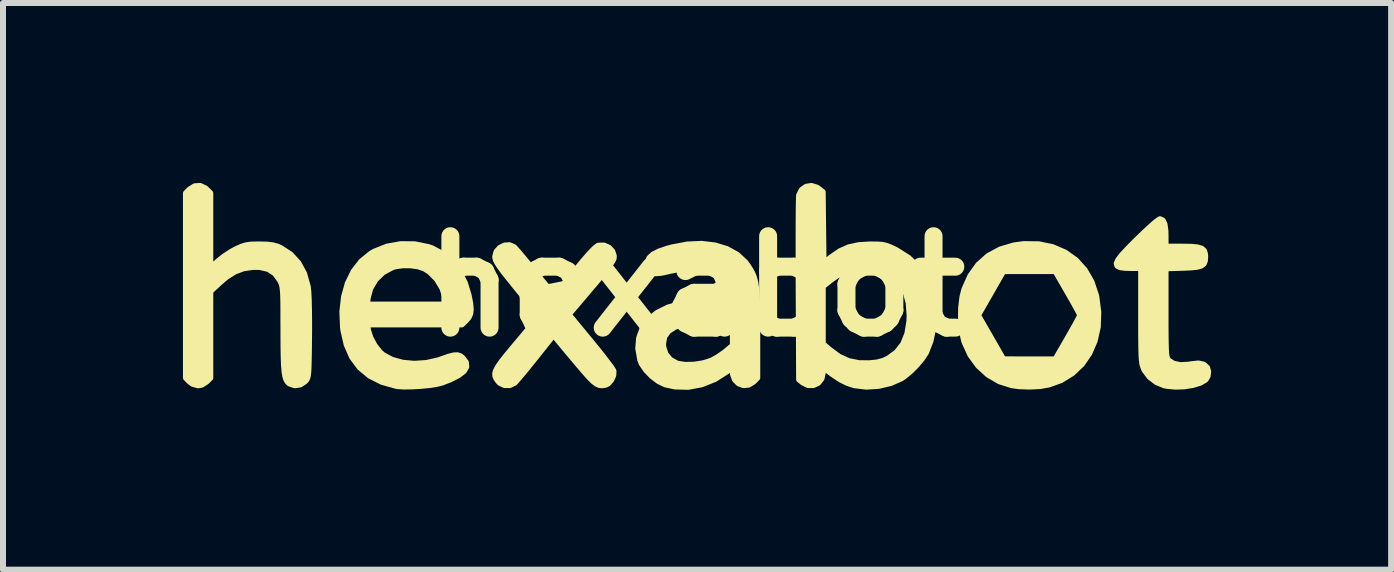
<source format=kicad_pcb>
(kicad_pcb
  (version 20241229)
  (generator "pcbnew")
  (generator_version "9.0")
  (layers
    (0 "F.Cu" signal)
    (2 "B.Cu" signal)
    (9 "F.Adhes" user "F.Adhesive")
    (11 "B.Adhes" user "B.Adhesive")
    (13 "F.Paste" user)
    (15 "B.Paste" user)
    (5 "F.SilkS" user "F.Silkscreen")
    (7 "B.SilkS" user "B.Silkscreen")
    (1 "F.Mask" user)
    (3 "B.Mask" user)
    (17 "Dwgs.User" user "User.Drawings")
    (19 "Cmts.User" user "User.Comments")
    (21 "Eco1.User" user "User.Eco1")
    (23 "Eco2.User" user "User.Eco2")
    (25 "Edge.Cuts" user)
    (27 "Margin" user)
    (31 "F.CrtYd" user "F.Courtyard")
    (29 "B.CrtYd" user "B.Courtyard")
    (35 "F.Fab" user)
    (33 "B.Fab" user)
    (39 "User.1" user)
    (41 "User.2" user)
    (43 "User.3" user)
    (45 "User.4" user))
  (footprint "hexabot"
    (layer "F.Cu")
    (at 8.559 1.723)
    (property "Reference" "hexabot" (at 0 0 0) (layer "F.SilkS") (effects (font (size 1.524 1.524) (thickness 0.3))))
    (attr through_hole)
    (fp_poly (pts (xy 6.702 0.433) (xy 6.693 0.679) (xy 6.642 0.908) (xy 6.553 1.115) (xy 6.428 1.297) (xy 6.401 1.322) (xy 6.401 0.483) (xy 6.389 0.455) (xy 6.355 0.391) (xy 6.305 0.3) (xy 6.241 0.187) (xy 6.194 0.105) (xy 5.987 -0.254) (xy 5.553 -0.254) (xy 5.118 -0.253) (xy 4.907 0.115) (xy 4.696 0.483) (xy 4.907 0.85) (xy 5.118 1.218) (xy 5.553 1.219) (xy 5.987 1.219) (xy 6.194 0.861) (xy 6.263 0.739) (xy 6.323 0.633) (xy 6.368 0.549) (xy 6.395 0.497) (xy 6.401 0.483) (xy 6.401 1.322) (xy 6.269 1.448) (xy 6.079 1.565) (xy 5.879 1.637) (xy 5.731 1.663) (xy 5.559 1.672) (xy 5.384 1.666) (xy 5.259 1.649) (xy 5.052 1.583) (xy 4.865 1.474) (xy 4.703 1.326) (xy 4.57 1.144) (xy 4.474 0.934) (xy 4.465 0.908) (xy 4.429 0.745) (xy 4.413 0.556) (xy 4.415 0.361) (xy 4.437 0.178) (xy 4.469 0.052) (xy 4.569 -0.172) (xy 4.702 -0.358) (xy 4.868 -0.506) (xy 5.066 -0.613) (xy 5.294 -0.681) (xy 5.459 -0.703) (xy 5.709 -0.7) (xy 5.94 -0.652) (xy 6.147 -0.563) (xy 6.327 -0.435) (xy 6.475 -0.271) (xy 6.589 -0.073) (xy 6.665 0.156) (xy 6.669 0.174) (xy 6.702 0.433)) (stroke (width 0.1) (type solid)) (fill yes) (layer "F.SilkS"))
    (fp_poly (pts (xy 8.534 1.422) (xy 8.524 1.498) (xy 8.49 1.556) (xy 8.403 1.607) (xy 8.28 1.645) (xy 8.136 1.668) (xy 7.985 1.673) (xy 7.841 1.659) (xy 7.804 1.652) (xy 7.673 1.598) (xy 7.559 1.511) (xy 7.476 1.401) (xy 7.471 1.391) (xy 7.456 1.357) (xy 7.444 1.322) (xy 7.434 1.28) (xy 7.428 1.224) (xy 7.423 1.149) (xy 7.42 1.048) (xy 7.418 0.915) (xy 7.417 0.745) (xy 7.417 0.53) (xy 7.417 0.487) (xy 7.417 -0.305) (xy 7.254 -0.305) (xy 7.143 -0.308) (xy 7.064 -0.319) (xy 7.02 -0.342) (xy 7.009 -0.381) (xy 7.034 -0.438) (xy 7.095 -0.518) (xy 7.192 -0.623) (xy 7.326 -0.759) (xy 7.351 -0.783) (xy 7.46 -0.888) (xy 7.559 -0.98) (xy 7.641 -1.053) (xy 7.701 -1.1) (xy 7.731 -1.118) (xy 7.731 -1.118) (xy 7.776 -1.097) (xy 7.806 -1.035) (xy 7.821 -0.928) (xy 7.823 -0.84) (xy 7.823 -0.66) (xy 8.111 -0.66) (xy 8.258 -0.658) (xy 8.36 -0.647) (xy 8.427 -0.626) (xy 8.465 -0.591) (xy 8.481 -0.538) (xy 8.484 -0.492) (xy 8.479 -0.424) (xy 8.459 -0.376) (xy 8.417 -0.344) (xy 8.346 -0.325) (xy 8.237 -0.314) (xy 8.117 -0.309) (xy 7.823 -0.3) (xy 7.823 0.442) (xy 7.823 0.656) (xy 7.824 0.825) (xy 7.826 0.955) (xy 7.829 1.052) (xy 7.833 1.121) (xy 7.84 1.169) (xy 7.849 1.201) (xy 7.861 1.223) (xy 7.874 1.239) (xy 7.956 1.291) (xy 8.072 1.315) (xy 8.211 1.307) (xy 8.251 1.3) (xy 8.372 1.287) (xy 8.459 1.306) (xy 8.515 1.356) (xy 8.534 1.422)) (stroke (width 0.1) (type solid)) (fill yes) (layer "F.SilkS"))
    (fp_poly (pts (xy -3.761 0.384) (xy -3.769 0.457) (xy -3.795 0.515) (xy -3.833 0.561) (xy -3.908 0.635) (xy -4.16 0.635) (xy -4.16 0.305) (xy -4.177 0.21) (xy -4.232 0.035) (xy -4.324 -0.119) (xy -4.447 -0.243) (xy -4.534 -0.298) (xy -4.635 -0.332) (xy -4.764 -0.35) (xy -4.9 -0.35) (xy -5.023 -0.332) (xy -5.068 -0.318) (xy -5.224 -0.234) (xy -5.348 -0.114) (xy -5.435 0.033) (xy -5.477 0.186) (xy -5.493 0.305) (xy -4.827 0.305) (xy -4.16 0.305) (xy -4.16 0.635) (xy -4.7 0.635) (xy -5.492 0.635) (xy -5.474 0.73) (xy -5.433 0.859) (xy -5.364 0.988) (xy -5.278 1.098) (xy -5.221 1.148) (xy -5.074 1.226) (xy -4.897 1.275) (xy -4.701 1.293) (xy -4.498 1.279) (xy -4.299 1.234) (xy -4.253 1.218) (xy -4.131 1.175) (xy -4.044 1.153) (xy -3.983 1.15) (xy -3.936 1.165) (xy -3.897 1.195) (xy -3.842 1.269) (xy -3.835 1.342) (xy -3.876 1.413) (xy -3.968 1.484) (xy -4.109 1.555) (xy -4.241 1.606) (xy -4.33 1.628) (xy -4.454 1.647) (xy -4.597 1.661) (xy -4.743 1.669) (xy -4.876 1.671) (xy -4.98 1.664) (xy -5.004 1.66) (xy -5.242 1.593) (xy -5.444 1.491) (xy -5.609 1.354) (xy -5.738 1.181) (xy -5.829 0.974) (xy -5.884 0.732) (xy -5.89 0.685) (xy -5.901 0.421) (xy -5.873 0.175) (xy -5.81 -0.05) (xy -5.713 -0.247) (xy -5.584 -0.414) (xy -5.426 -0.543) (xy -5.368 -0.577) (xy -5.157 -0.661) (xy -4.929 -0.702) (xy -4.696 -0.7) (xy -4.469 -0.654) (xy -4.409 -0.634) (xy -4.241 -0.545) (xy -4.089 -0.414) (xy -3.96 -0.25) (xy -3.86 -0.059) (xy -3.797 0.146) (xy -3.77 0.283) (xy -3.761 0.384)) (stroke (width 0.1) (type solid)) (fill yes) (layer "F.SilkS"))
    (fp_poly (pts (xy -6.456 0.565) (xy -6.456 0.768) (xy -6.457 0.857) (xy -6.459 1.057) (xy -6.462 1.213) (xy -6.465 1.331) (xy -6.469 1.417) (xy -6.475 1.477) (xy -6.483 1.518) (xy -6.495 1.547) (xy -6.51 1.568) (xy -6.526 1.585) (xy -6.604 1.637) (xy -6.695 1.65) (xy -6.779 1.622) (xy -6.789 1.615) (xy -6.815 1.589) (xy -6.837 1.551) (xy -6.853 1.497) (xy -6.865 1.42) (xy -6.874 1.316) (xy -6.879 1.178) (xy -6.882 1.002) (xy -6.883 0.783) (xy -6.883 0.709) (xy -6.884 0.502) (xy -6.884 0.338) (xy -6.886 0.213) (xy -6.889 0.119) (xy -6.895 0.05) (xy -6.902 -0.002) (xy -6.913 -0.041) (xy -6.927 -0.075) (xy -6.942 -0.104) (xy -7.024 -0.216) (xy -7.136 -0.289) (xy -7.278 -0.322) (xy -7.395 -0.323) (xy -7.554 -0.299) (xy -7.698 -0.244) (xy -7.839 -0.154) (xy -7.952 -0.057) (xy -8.103 0.082) (xy -8.103 0.804) (xy -8.103 1.526) (xy -8.165 1.589) (xy -8.247 1.641) (xy -8.306 1.651) (xy -8.395 1.627) (xy -8.447 1.589) (xy -8.509 1.526) (xy -8.509 -0.013) (xy -8.509 -1.552) (xy -8.447 -1.614) (xy -8.363 -1.667) (xy -8.271 -1.673) (xy -8.184 -1.632) (xy -8.165 -1.614) (xy -8.103 -1.552) (xy -8.103 -0.926) (xy -8.103 -0.3) (xy -7.969 -0.421) (xy -7.871 -0.498) (xy -7.755 -0.574) (xy -7.671 -0.62) (xy -7.583 -0.659) (xy -7.51 -0.682) (xy -7.431 -0.694) (xy -7.329 -0.697) (xy -7.277 -0.697) (xy -7.151 -0.694) (xy -7.058 -0.682) (xy -6.983 -0.661) (xy -6.931 -0.638) (xy -6.766 -0.531) (xy -6.634 -0.387) (xy -6.538 -0.209) (xy -6.48 -0.001) (xy -6.476 0.019) (xy -6.468 0.099) (xy -6.462 0.222) (xy -6.458 0.38) (xy -6.456 0.565)) (stroke (width 0.1) (type solid)) (fill yes) (layer "F.SilkS"))
    (fp_poly (pts (xy 3.964 0.465) (xy 3.951 0.692) (xy 3.905 0.91) (xy 3.83 1.103) (xy 3.765 1.203) (xy 3.672 1.314) (xy 3.566 1.42) (xy 3.556 1.428) (xy 3.556 0.481) (xy 3.541 0.28) (xy 3.496 0.111) (xy 3.416 -0.034) (xy 3.361 -0.101) (xy 3.225 -0.216) (xy 3.066 -0.29) (xy 2.892 -0.324) (xy 2.708 -0.316) (xy 2.523 -0.267) (xy 2.343 -0.177) (xy 2.254 -0.115) (xy 2.108 0.001) (xy 2.108 0.481) (xy 2.108 0.961) (xy 2.216 1.054) (xy 2.376 1.173) (xy 2.537 1.247) (xy 2.712 1.282) (xy 2.888 1.284) (xy 3.017 1.27) (xy 3.121 1.242) (xy 3.201 1.204) (xy 3.344 1.099) (xy 3.45 0.962) (xy 3.519 0.79) (xy 3.553 0.583) (xy 3.556 0.481) (xy 3.556 1.428) (xy 3.46 1.507) (xy 3.415 1.536) (xy 3.24 1.613) (xy 3.041 1.66) (xy 2.834 1.673) (xy 2.639 1.65) (xy 2.634 1.649) (xy 2.52 1.612) (xy 2.404 1.554) (xy 2.273 1.467) (xy 2.242 1.444) (xy 2.108 1.345) (xy 2.108 1.443) (xy 2.087 1.539) (xy 2.032 1.609) (xy 1.953 1.647) (xy 1.864 1.647) (xy 1.776 1.604) (xy 1.774 1.602) (xy 1.714 1.554) (xy 1.707 0.047) (xy 1.706 -0.227) (xy 1.706 -0.486) (xy 1.706 -0.727) (xy 1.706 -0.945) (xy 1.707 -1.134) (xy 1.708 -1.291) (xy 1.71 -1.41) (xy 1.712 -1.488) (xy 1.714 -1.518) (xy 1.758 -1.606) (xy 1.83 -1.658) (xy 1.918 -1.673) (xy 2.01 -1.645) (xy 2.041 -1.624) (xy 2.107 -1.572) (xy 2.114 -0.977) (xy 2.121 -0.382) (xy 2.248 -0.483) (xy 2.394 -0.584) (xy 2.543 -0.65) (xy 2.708 -0.686) (xy 2.897 -0.697) (xy 3.014 -0.696) (xy 3.098 -0.691) (xy 3.167 -0.675) (xy 3.24 -0.647) (xy 3.331 -0.604) (xy 3.536 -0.475) (xy 3.707 -0.309) (xy 3.817 -0.152) (xy 3.897 0.03) (xy 3.946 0.24) (xy 3.964 0.465)) (stroke (width 0.1) (type solid)) (fill yes) (layer "F.SilkS"))
    (fp_poly (pts (xy 1.016 1.526) (xy 0.954 1.589) (xy 0.873 1.64) (xy 0.787 1.648) (xy 0.707 1.619) (xy 0.645 1.557) (xy 0.612 1.469) (xy 0.61 1.434) (xy 0.61 1.342) (xy 0.61 0.987) (xy 0.61 0.796) (xy 0.61 0.605) (xy 0.184 0.614) (xy 0.021 0.618) (xy -0.1 0.623) (xy -0.19 0.631) (xy -0.257 0.642) (xy -0.311 0.657) (xy -0.36 0.677) (xy -0.47 0.749) (xy -0.534 0.842) (xy -0.555 0.959) (xy -0.552 1.009) (xy -0.514 1.13) (xy -0.436 1.225) (xy -0.325 1.287) (xy -0.308 1.293) (xy -0.181 1.311) (xy -0.032 1.307) (xy 0.12 1.283) (xy 0.25 1.241) (xy 0.265 1.234) (xy 0.364 1.178) (xy 0.464 1.109) (xy 0.502 1.078) (xy 0.61 0.987) (xy 0.61 1.342) (xy 0.514 1.416) (xy 0.308 1.547) (xy 0.09 1.634) (xy -0.134 1.676) (xy -0.357 1.67) (xy -0.518 1.635) (xy -0.628 1.582) (xy -0.739 1.498) (xy -0.837 1.396) (xy -0.91 1.289) (xy -0.934 1.229) (xy -0.968 1.038) (xy -0.953 0.861) (xy -0.894 0.7) (xy -0.793 0.559) (xy -0.652 0.443) (xy -0.474 0.355) (xy -0.31 0.308) (xy -0.236 0.298) (xy -0.125 0.289) (xy 0.011 0.283) (xy 0.159 0.28) (xy 0.221 0.279) (xy 0.617 0.279) (xy 0.6 0.138) (xy 0.571 -0.011) (xy 0.518 -0.122) (xy 0.436 -0.205) (xy 0.317 -0.27) (xy 0.202 -0.301) (xy 0.053 -0.314) (xy -0.118 -0.309) (xy -0.3 -0.286) (xy -0.442 -0.256) (xy -0.58 -0.226) (xy -0.678 -0.217) (xy -0.744 -0.232) (xy -0.785 -0.271) (xy -0.802 -0.317) (xy -0.81 -0.399) (xy -0.785 -0.469) (xy -0.723 -0.528) (xy -0.621 -0.58) (xy -0.473 -0.63) (xy -0.405 -0.648) (xy -0.151 -0.696) (xy 0.089 -0.707) (xy 0.311 -0.681) (xy 0.51 -0.62) (xy 0.68 -0.526) (xy 0.817 -0.399) (xy 0.86 -0.34) (xy 0.902 -0.274) (xy 0.936 -0.211) (xy 0.962 -0.145) (xy 0.982 -0.069) (xy 0.996 0.024) (xy 1.006 0.138) (xy 1.012 0.282) (xy 1.015 0.461) (xy 1.016 0.682) (xy 1.016 0.78) (xy 1.016 1.526)) (stroke (width 0.1) (type solid)) (fill yes) (layer "F.SilkS"))
    (fp_poly (pts (xy -1.375 -0.505) (xy -1.38 -0.455) (xy -1.402 -0.416) (xy -1.45 -0.346) (xy -1.521 -0.253) (xy -1.606 -0.147) (xy -1.665 -0.076) (xy -1.765 0.041) (xy -1.861 0.155) (xy -1.945 0.254) (xy -2.009 0.33) (xy -2.032 0.356) (xy -2.129 0.471) (xy -1.762 0.915) (xy -1.655 1.046) (xy -1.559 1.166) (xy -1.48 1.27) (xy -1.42 1.35) (xy -1.387 1.401) (xy -1.381 1.413) (xy -1.384 1.484) (xy -1.418 1.56) (xy -1.47 1.62) (xy -1.509 1.64) (xy -1.562 1.65) (xy -1.61 1.647) (xy -1.659 1.627) (xy -1.715 1.585) (xy -1.784 1.517) (xy -1.873 1.417) (xy -1.977 1.295) (xy -2.075 1.178) (xy -2.166 1.07) (xy -2.242 0.978) (xy -2.298 0.911) (xy -2.322 0.881) (xy -2.379 0.809) (xy -2.678 1.186) (xy -2.776 1.307) (xy -2.865 1.417) (xy -2.941 1.508) (xy -2.998 1.574) (xy -3.028 1.607) (xy -3.108 1.647) (xy -3.197 1.647) (xy -3.276 1.609) (xy -3.3 1.584) (xy -3.331 1.541) (xy -3.35 1.499) (xy -3.353 1.455) (xy -3.338 1.403) (xy -3.302 1.337) (xy -3.243 1.253) (xy -3.158 1.145) (xy -3.044 1.008) (xy -2.936 0.88) (xy -2.809 0.729) (xy -2.717 0.612) (xy -2.659 0.53) (xy -2.636 0.483) (xy -2.637 0.474) (xy -2.659 0.446) (xy -2.708 0.385) (xy -2.779 0.297) (xy -2.867 0.189) (xy -2.967 0.065) (xy -3.006 0.018) (xy -3.123 -0.128) (xy -3.212 -0.24) (xy -3.275 -0.326) (xy -3.316 -0.389) (xy -3.341 -0.437) (xy -3.351 -0.475) (xy -3.353 -0.495) (xy -3.331 -0.577) (xy -3.274 -0.641) (xy -3.197 -0.679) (xy -3.114 -0.685) (xy -3.042 -0.654) (xy -3.014 -0.625) (xy -2.959 -0.563) (xy -2.885 -0.475) (xy -2.796 -0.367) (xy -2.698 -0.246) (xy -2.694 -0.241) (xy -2.597 -0.123) (xy -2.511 -0.02) (xy -2.44 0.062) (xy -2.39 0.118) (xy -2.365 0.14) (xy -2.365 0.14) (xy -2.343 0.121) (xy -2.294 0.068) (xy -2.225 -0.012) (xy -2.138 -0.115) (xy -2.041 -0.233) (xy -2.019 -0.261) (xy -1.883 -0.425) (xy -1.775 -0.549) (xy -1.694 -0.632) (xy -1.642 -0.673) (xy -1.631 -0.677) (xy -1.54 -0.679) (xy -1.459 -0.644) (xy -1.401 -0.583) (xy -1.375 -0.505)) (stroke (width 0.1) (type solid)) (fill yes) (layer "F.SilkS")))
  (gr_rect
    (start -3 -3)
    (end 20.143 6.448)
    (stroke (width 0.1) (type default))
    (fill no)
    (layer "Edge.Cuts")))
</source>
